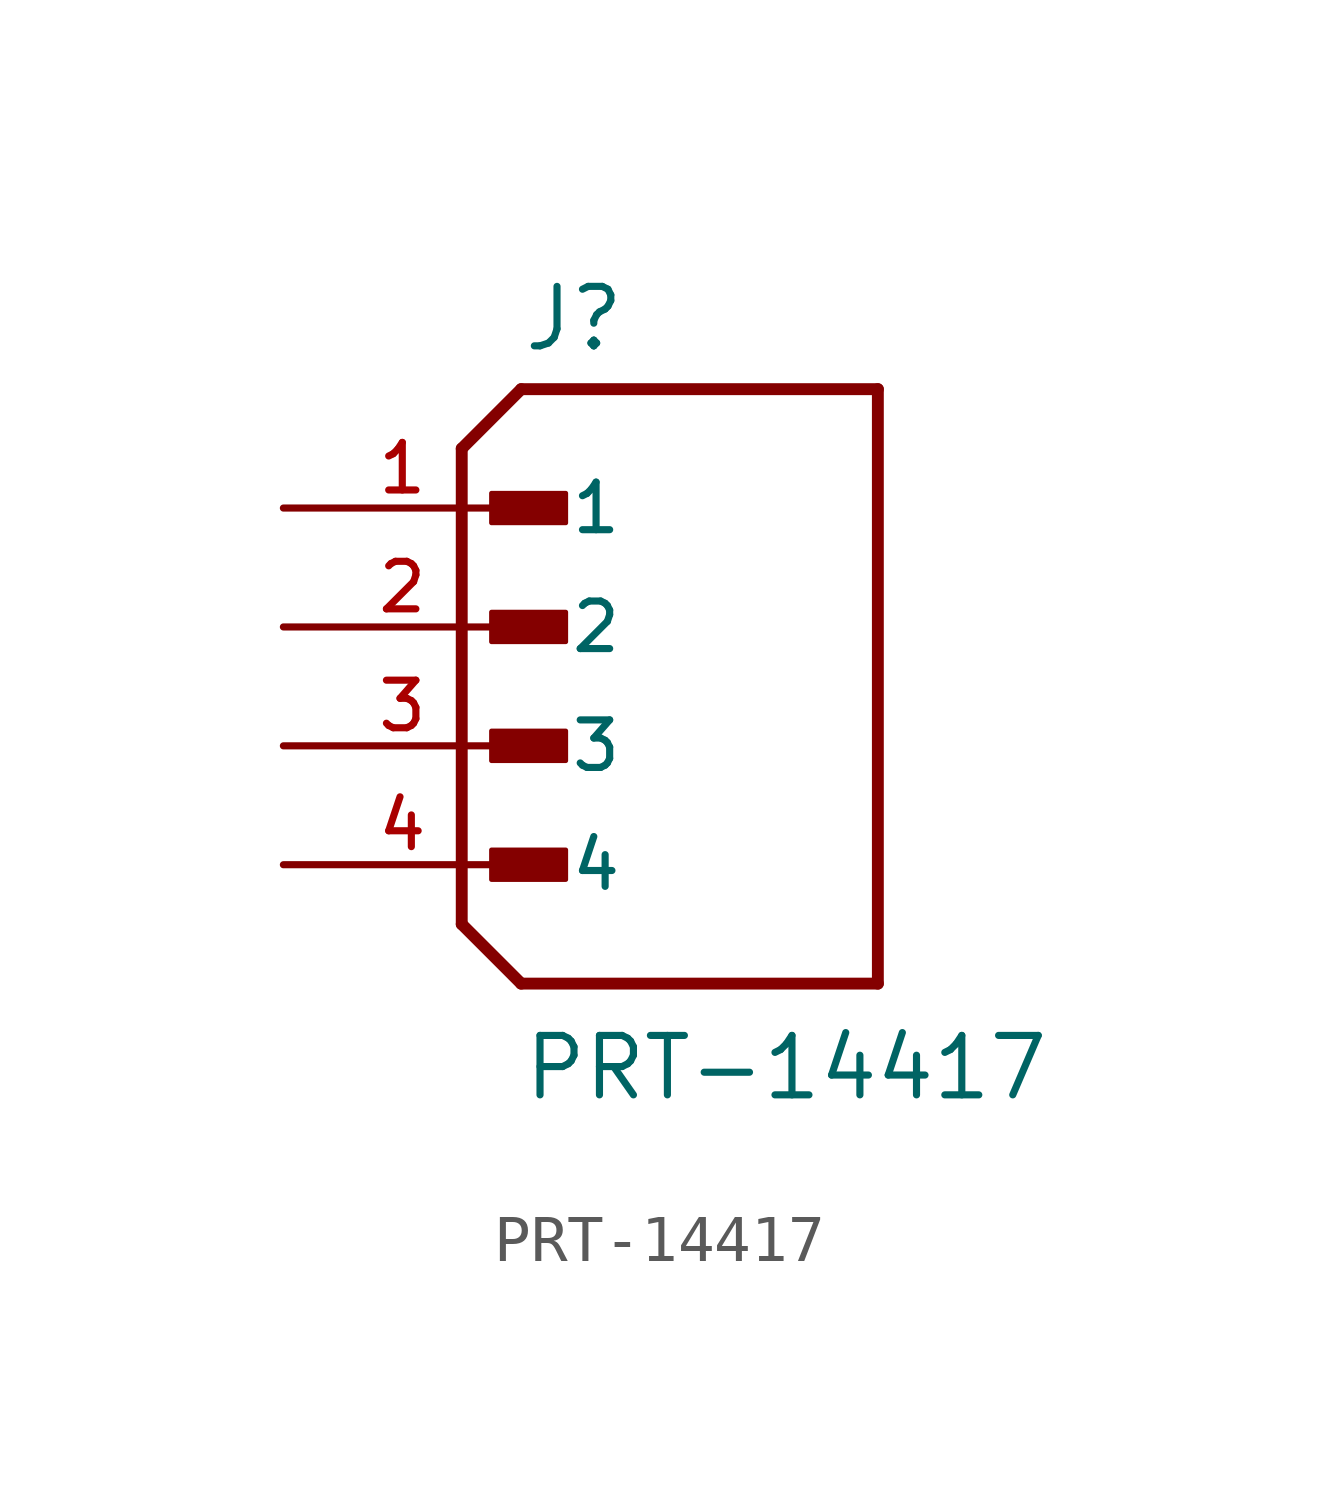
<source format=kicad_sym>
(kicad_symbol_lib
  (version 20241209)
  (generator "kicad_symbol_editor")
  (generator_version "9.0")
  (symbol "PRT-14417"
    (pin_names
      (offset 1.016))
    (property "Reference" "J"
      (at -2.54 8.382 0)
      (effects (font (size 1.27 1.27)) (justify left bottom)))
    (property "Value" "PRT-14417"
      (at -2.54 -7.62 0)
      (effects (font (size 1.27 1.27)) (justify left bottom)))
    (symbol "PRT-14417_0_0"
      (polyline (pts (xy -3.81 6.35) (xy -3.81 -3.81)) (stroke (width 0.254) (type default)) (fill (type none)))
      (polyline (pts (xy -3.81 6.35) (xy -2.54 7.62)) (stroke (width 0.254) (type default)) (fill (type none)))
      (polyline (pts (xy -3.81 -3.81) (xy -2.54 -5.08)) (stroke (width 0.254) (type default)) (fill (type none)))
      (rectangle (start -3.175 4.763) (end -1.587 5.397) (stroke (width 0.1) (type default)) (fill (type outline)))
      (rectangle (start -3.175 2.223) (end -1.587 2.857) (stroke (width 0.1) (type default)) (fill (type outline)))
      (rectangle (start -3.175 -0.318) (end -1.587 0.318) (stroke (width 0.1) (type default)) (fill (type outline)))
      (rectangle (start -3.175 -2.857) (end -1.587 -2.223) (stroke (width 0.1) (type default)) (fill (type outline)))
      (polyline (pts (xy -2.54 -5.08) (xy 5.08 -5.08)) (stroke (width 0.254) (type default)) (fill (type none)))
      (polyline (pts (xy 5.08 7.62) (xy -2.54 7.62)) (stroke (width 0.254) (type default)) (fill (type none)))
      (polyline (pts (xy 5.08 -5.08) (xy 5.08 7.62)) (stroke (width 0.254) (type default)) (fill (type none)))
      (pin passive line (at -7.62 5.08 0) (length 5.08) (name "1" (effects (font (size 1.016 1.016)))) (number "1" (effects (font (size 1.016 1.016)))))
      (pin passive line (at -7.62 2.54 0) (length 5.08) (name "2" (effects (font (size 1.016 1.016)))) (number "2" (effects (font (size 1.016 1.016)))))
      (pin passive line (at -7.62 0 0) (length 5.08) (name "3" (effects (font (size 1.016 1.016)))) (number "3" (effects (font (size 1.016 1.016)))))
      (pin passive line (at -7.62 -2.54 0) (length 5.08) (name "4" (effects (font (size 1.016 1.016)))) (number "4" (effects (font (size 1.016 1.016))))))))
</source>
